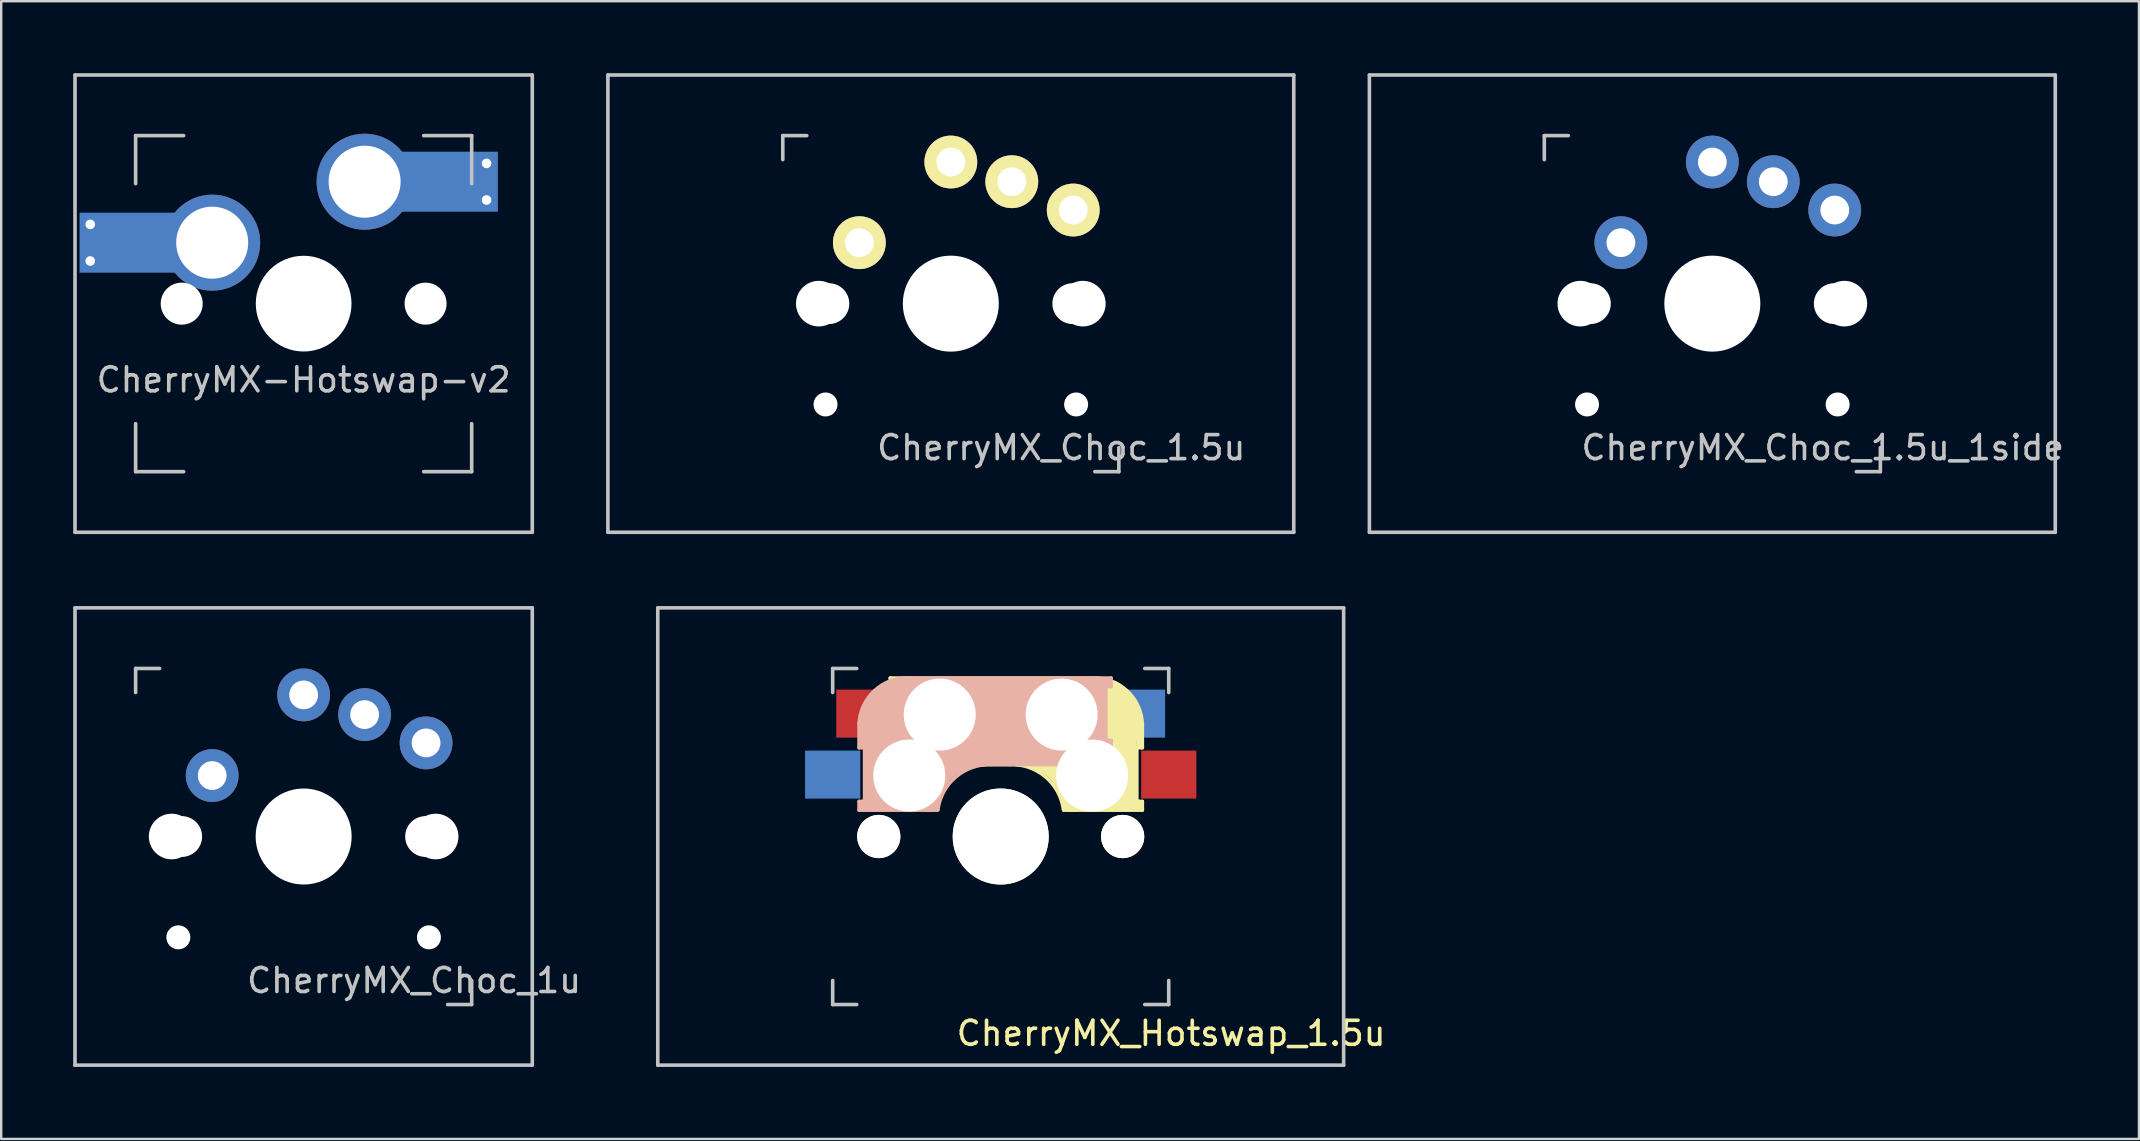
<source format=kicad_pcb>
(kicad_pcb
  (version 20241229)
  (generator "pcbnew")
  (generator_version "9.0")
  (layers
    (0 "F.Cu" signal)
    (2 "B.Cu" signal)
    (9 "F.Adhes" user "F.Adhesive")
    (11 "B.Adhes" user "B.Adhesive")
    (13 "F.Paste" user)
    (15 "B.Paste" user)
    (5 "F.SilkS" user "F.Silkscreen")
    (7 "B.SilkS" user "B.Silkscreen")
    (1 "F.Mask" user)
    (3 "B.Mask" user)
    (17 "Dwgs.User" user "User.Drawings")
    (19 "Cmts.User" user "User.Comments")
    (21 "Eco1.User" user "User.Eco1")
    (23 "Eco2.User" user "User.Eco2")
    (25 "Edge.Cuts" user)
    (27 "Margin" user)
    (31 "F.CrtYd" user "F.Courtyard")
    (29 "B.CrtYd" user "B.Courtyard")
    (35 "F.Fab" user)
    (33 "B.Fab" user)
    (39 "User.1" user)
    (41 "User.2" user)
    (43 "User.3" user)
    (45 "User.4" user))
  (footprint "CherryMX_Hotswap_1.5u"
    (layer "F.Cu")
    (at 38.64 31.8)
    (property "Reference" "CherryMX_Hotswap_1.5u" (at 7.1 8.2 0) (layer "F.SilkS") (effects (font (size 1 1) (thickness 0.15))))
    (attr through_hole)
    (fp_line (start -4.6 -6.6) (end 3.8 -6.6) (stroke (width 0.15) (type solid)) (layer "F.SilkS"))
    (fp_line (start -4.6 -6.25) (end -4.6 -6.6) (stroke (width 0.15) (type solid)) (layer "F.SilkS"))
    (fp_line (start -4.6 -4) (end -4.4 -4) (stroke (width 0.15) (type solid)) (layer "F.SilkS"))
    (fp_line (start -4.6 -3) (end -4.6 -4) (stroke (width 0.15) (type solid)) (layer "F.SilkS"))
    (fp_line (start -4.4 -6.4) (end -3 -6.4) (stroke (width 0.4) (type solid)) (layer "F.SilkS"))
    (fp_line (start -4.4 -6.25) (end -4.6 -6.25) (stroke (width 0.15) (type solid)) (layer "F.SilkS"))
    (fp_line (start -4.4 -3.9) (end -4.4 -3.2) (stroke (width 0.4) (type solid)) (layer "F.SilkS"))
    (fp_line (start -4.38 -4) (end -4.38 -6.25) (stroke (width 0.15) (type solid)) (layer "F.SilkS"))
    (fp_line (start -4.3 -3.3) (end -2.9 -3.3) (stroke (width 0.5) (type solid)) (layer "F.SilkS"))
    (fp_line (start -3.9 -6) (end -3.9 -3.5) (stroke (width 1) (type solid)) (layer "F.SilkS"))
    (fp_line (start -2.6 -4.8) (end 4.1 -4.8) (stroke (width 3.5) (type solid)) (layer "F.SilkS"))
    (fp_line (start 0.4 -3) (end -4.6 -3) (stroke (width 0.15) (type solid)) (layer "F.SilkS"))
    (fp_line (start 4.17 -5.1) (end 4.17 -2.86) (stroke (width 3) (type solid)) (layer "F.SilkS"))
    (fp_line (start 5.3 -1.6) (end 5.3 -3.4) (stroke (width 0.8) (type solid)) (layer "F.SilkS"))
    (fp_line (start 5.67 -3.7) (end 5.67 -1.46) (stroke (width 0.15) (type solid)) (layer "F.SilkS"))
    (fp_line (start 5.7 -1.46) (end 5.9 -1.46) (stroke (width 0.15) (type solid)) (layer "F.SilkS"))
    (fp_line (start 5.7 -1.3) (end 3 -1.3) (stroke (width 0.5) (type solid)) (layer "F.SilkS"))
    (fp_line (start 5.8 -3.8) (end 5.8 -4.7) (stroke (width 0.3) (type solid)) (layer "F.SilkS"))
    (fp_line (start 5.9 -4.7) (end 5.9 -3.7) (stroke (width 0.15) (type solid)) (layer "F.SilkS"))
    (fp_line (start 5.9 -3.7) (end 5.7 -3.7) (stroke (width 0.15) (type solid)) (layer "F.SilkS"))
    (fp_line (start 5.9 -1.1) (end 2.62 -1.1) (stroke (width 0.15) (type solid)) (layer "F.SilkS"))
    (fp_line (start 5.9 -1.1) (end 5.9 -1.46) (stroke (width 0.15) (type solid)) (layer "F.SilkS"))
    (fp_arc (start 0.4 -3) (mid 1.868709 -2.486118) (end 2.616318 -1.121471) (stroke (width 0.15) (type solid)) (layer "F.SilkS"))
    (fp_arc (start 0.8 -3.4) (mid 2.268709 -2.886118) (end 3.016318 -1.521471) (stroke (width 1) (type solid)) (layer "F.SilkS"))
    (fp_arc (start 3.8 -6.600001) (mid 5.243504 -6.084925) (end 5.900001 -4.7) (stroke (width 0.15) (type solid)) (layer "F.SilkS"))
    (fp_line (start -5.9 -4.7) (end -5.9 -3.7) (stroke (width 0.15) (type solid)) (layer "B.SilkS"))
    (fp_line (start -5.9 -3.7) (end -5.7 -3.7) (stroke (width 0.15) (type solid)) (layer "B.SilkS"))
    (fp_line (start -5.9 -1.1) (end -5.9 -1.46) (stroke (width 0.15) (type solid)) (layer "B.SilkS"))
    (fp_line (start -5.9 -1.1) (end -2.62 -1.1) (stroke (width 0.15) (type solid)) (layer "B.SilkS"))
    (fp_line (start -5.8 -3.8) (end -5.8 -4.7) (stroke (width 0.3) (type solid)) (layer "B.SilkS"))
    (fp_line (start -5.7 -1.46) (end -5.9 -1.46) (stroke (width 0.15) (type solid)) (layer "B.SilkS"))
    (fp_line (start -5.7 -1.3) (end -3 -1.3) (stroke (width 0.5) (type solid)) (layer "B.SilkS"))
    (fp_line (start -5.67 -3.7) (end -5.67 -1.46) (stroke (width 0.15) (type solid)) (layer "B.SilkS"))
    (fp_line (start -5.3 -1.6) (end -5.3 -3.4) (stroke (width 0.8) (type solid)) (layer "B.SilkS"))
    (fp_line (start -4.17 -5.1) (end -4.17 -2.86) (stroke (width 3) (type solid)) (layer "B.SilkS"))
    (fp_line (start -0.4 -3) (end 4.6 -3) (stroke (width 0.15) (type solid)) (layer "B.SilkS"))
    (fp_line (start 2.6 -4.8) (end -4.1 -4.8) (stroke (width 3.5) (type solid)) (layer "B.SilkS"))
    (fp_line (start 3.9 -6) (end 3.9 -3.5) (stroke (width 1) (type solid)) (layer "B.SilkS"))
    (fp_line (start 4.3 -3.3) (end 2.9 -3.3) (stroke (width 0.5) (type solid)) (layer "B.SilkS"))
    (fp_line (start 4.38 -4) (end 4.38 -6.25) (stroke (width 0.15) (type solid)) (layer "B.SilkS"))
    (fp_line (start 4.4 -6.4) (end 3 -6.4) (stroke (width 0.4) (type solid)) (layer "B.SilkS"))
    (fp_line (start 4.4 -6.25) (end 4.6 -6.25) (stroke (width 0.15) (type solid)) (layer "B.SilkS"))
    (fp_line (start 4.4 -3.9) (end 4.4 -3.2) (stroke (width 0.4) (type solid)) (layer "B.SilkS"))
    (fp_line (start 4.6 -6.6) (end -3.8 -6.6) (stroke (width 0.15) (type solid)) (layer "B.SilkS"))
    (fp_line (start 4.6 -6.25) (end 4.6 -6.6) (stroke (width 0.15) (type solid)) (layer "B.SilkS"))
    (fp_line (start 4.6 -4) (end 4.4 -4) (stroke (width 0.15) (type solid)) (layer "B.SilkS"))
    (fp_line (start 4.6 -3) (end 4.6 -4) (stroke (width 0.15) (type solid)) (layer "B.SilkS"))
    (fp_arc (start -5.9 -4.699999) (mid -5.243504 -6.084924) (end -3.800001 -6.6) (stroke (width 0.15) (type solid)) (layer "B.SilkS"))
    (fp_arc (start -3.016318 -1.521471) (mid -2.268709 -2.886118) (end -0.8 -3.4) (stroke (width 1) (type solid)) (layer "B.SilkS"))
    (fp_arc (start -2.616318 -1.121471) (mid -1.868709 -2.486118) (end -0.4 -3) (stroke (width 0.15) (type solid)) (layer "B.SilkS"))
    (fp_line (start -14.287 -9.525) (end 14.287 -9.525) (stroke (width 0.15) (type solid)) (layer "Dwgs.User"))
    (fp_line (start -14.287 9.525) (end -14.287 -9.525) (stroke (width 0.15) (type solid)) (layer "Dwgs.User"))
    (fp_line (start -7 -7) (end -6 -7) (stroke (width 0.15) (type solid)) (layer "Dwgs.User"))
    (fp_line (start -7 -6) (end -7 -7) (stroke (width 0.15) (type solid)) (layer "Dwgs.User"))
    (fp_line (start -7 6) (end -7 7) (stroke (width 0.15) (type solid)) (layer "Dwgs.User"))
    (fp_line (start -7 7) (end -6 7) (stroke (width 0.15) (type solid)) (layer "Dwgs.User"))
    (fp_line (start 6 7) (end 7 7) (stroke (width 0.15) (type solid)) (layer "Dwgs.User"))
    (fp_line (start 7 -7) (end 6 -7) (stroke (width 0.15) (type solid)) (layer "Dwgs.User"))
    (fp_line (start 7 -7) (end 7 -6) (stroke (width 0.15) (type solid)) (layer "Dwgs.User"))
    (fp_line (start 7 7) (end 7 6) (stroke (width 0.15) (type solid)) (layer "Dwgs.User"))
    (fp_line (start 14.287 -9.525) (end 14.287 9.525) (stroke (width 0.15) (type solid)) (layer "Dwgs.User"))
    (fp_line (start 14.287 9.525) (end -14.287 9.525) (stroke (width 0.15) (type solid)) (layer "Dwgs.User"))
    (pad "" np_thru_hole circle (at -5.08 0) (size 1.8 1.8) (drill 1.8) (layers "*.Cu" "*.Mask" "F.SilkS"))
    (pad "" np_thru_hole circle (at -3.81 -2.54 180) (size 3 3) (drill 3) (layers "*.Cu" "*.Mask"))
    (pad "" np_thru_hole circle (at -2.54 -5.08 180) (size 3 3) (drill 3) (layers "*.Cu" "*.Mask"))
    (pad "" np_thru_hole circle (at 0 0 90) (size 4 4) (drill 4) (layers "*.Cu" "*.Mask" "F.SilkS"))
    (pad "" np_thru_hole circle (at 2.54 -5.08 180) (size 3 3) (drill 3) (layers "*.Cu" "*.Mask"))
    (pad "" np_thru_hole circle (at 3.81 -2.54 180) (size 3 3) (drill 3) (layers "*.Cu" "*.Mask"))
    (pad "" np_thru_hole circle (at 5.08 0) (size 1.8 1.8) (drill 1.8) (layers "*.Cu" "*.Mask" "F.SilkS"))
    (pad "1" smd rect (at -7 -2.58 180) (size 2.3 2) (layers "B.Cu" "B.Mask" "B.Paste"))
    (pad "1" smd rect (at 7 -2.58 180) (size 2.3 2) (layers "F.Cu" "F.Mask" "F.Paste"))
    (pad "2" smd rect (at -5.7 -5.12 180) (size 2.3 2) (layers "F.Cu" "F.Mask" "F.Paste"))
    (pad "2" smd rect (at 5.7 -5.12 180) (size 2.3 2) (layers "B.Cu" "B.Mask" "B.Paste")))
  (footprint "CherryMX_Choc_1u"
    (layer "F.Cu")
    (at 9.6 31.8)
    (property "Reference" "CherryMX_Choc_1u" (at 4.6 6 0) (layer "Dwgs.User") (effects (font (size 1 1) (thickness 0.15))))
    (attr through_hole)
    (fp_line (start -9.525 -9.525) (end 9.525 -9.525) (stroke (width 0.15) (type solid)) (layer "Dwgs.User"))
    (fp_line (start -9.525 9.525) (end -9.525 -9.525) (stroke (width 0.15) (type solid)) (layer "Dwgs.User"))
    (fp_line (start -7 -7) (end -6 -7) (stroke (width 0.15) (type solid)) (layer "Dwgs.User"))
    (fp_line (start -7 -6) (end -7 -7) (stroke (width 0.15) (type solid)) (layer "Dwgs.User"))
    (fp_line (start 6 7) (end 7 7) (stroke (width 0.15) (type solid)) (layer "Dwgs.User"))
    (fp_line (start 7 7) (end 7 6) (stroke (width 0.15) (type solid)) (layer "Dwgs.User"))
    (fp_line (start 9.525 -9.525) (end 9.525 9.525) (stroke (width 0.15) (type solid)) (layer "Dwgs.User"))
    (fp_line (start 9.525 9.525) (end -9.525 9.525) (stroke (width 0.15) (type solid)) (layer "Dwgs.User"))
    (pad "" np_thru_hole circle (at -5.5 0 90) (size 1.9 1.9) (drill 1.9) (layers "*.Cu" "*.Mask"))
    (pad "" np_thru_hole circle (at -5.22 4.2) (size 1 1) (drill 1) (layers "*.Cu" "*.Mask"))
    (pad "" np_thru_hole circle (at -5.08 0) (size 1.7 1.7) (drill 1.7) (layers "*.Cu" "*.Mask"))
    (pad "" np_thru_hole circle (at 0 0 90) (size 4 4) (drill 4) (layers "*.Cu" "*.Mask"))
    (pad "" np_thru_hole circle (at 5.08 0) (size 1.7 1.7) (drill 1.7) (layers "*.Cu" "*.Mask"))
    (pad "" np_thru_hole circle (at 5.22 4.2) (size 1 1) (drill 1) (layers "*.Cu" "*.Mask"))
    (pad "" np_thru_hole circle (at 5.5 0 90) (size 1.9 1.9) (drill 1.9) (layers "*.Cu" "*.Mask"))
    (pad "1" thru_hole circle (at -3.81 -2.54 50) (size 2.2 2.2) (drill 1.2) (layers "*.Cu" "*.Mask"))
    (pad "1" thru_hole circle (at 5.1 -3.9 310) (size 2.2 2.2) (drill 1.2) (layers "*.Cu" "*.Mask"))
    (pad "2" thru_hole circle (at 0 -5.9 90) (size 2.2 2.2) (drill 1.2) (layers "*.Cu" "*.Mask"))
    (pad "2" thru_hole circle (at 2.54 -5.08) (size 2.2 2.2) (drill 1.2) (layers "*.Cu" "*.Mask")))
  (footprint "CherryMX_Choc_1.5u"
    (layer "F.Cu")
    (at 36.562 9.6)
    (property "Reference" "CherryMX_Choc_1.5u" (at 4.6 6 0) (layer "Dwgs.User") (effects (font (size 1 1) (thickness 0.15))))
    (attr through_hole)
    (fp_line (start -14.287 -9.525) (end 14.287 -9.525) (stroke (width 0.15) (type solid)) (layer "Dwgs.User"))
    (fp_line (start -14.287 9.525) (end -14.287 -9.525) (stroke (width 0.15) (type solid)) (layer "Dwgs.User"))
    (fp_line (start -7 -7) (end -6 -7) (stroke (width 0.15) (type solid)) (layer "Dwgs.User"))
    (fp_line (start -7 -6) (end -7 -7) (stroke (width 0.15) (type solid)) (layer "Dwgs.User"))
    (fp_line (start 6 7) (end 7 7) (stroke (width 0.15) (type solid)) (layer "Dwgs.User"))
    (fp_line (start 7 7) (end 7 6) (stroke (width 0.15) (type solid)) (layer "Dwgs.User"))
    (fp_line (start 14.287 -9.525) (end 14.287 9.525) (stroke (width 0.15) (type solid)) (layer "Dwgs.User"))
    (fp_line (start 14.287 9.525) (end -14.287 9.525) (stroke (width 0.15) (type solid)) (layer "Dwgs.User"))
    (pad "" np_thru_hole circle (at -5.5 0 90) (size 1.9 1.9) (drill 1.9) (layers "*.Cu" "*.Mask"))
    (pad "" np_thru_hole circle (at -5.22 4.2) (size 1 1) (drill 1) (layers "*.Cu" "*.Mask"))
    (pad "" np_thru_hole circle (at -5.08 0) (size 1.7 1.7) (drill 1.7) (layers "*.Cu" "*.Mask"))
    (pad "" np_thru_hole circle (at 0 0 90) (size 4 4) (drill 4) (layers "*.Cu" "*.Mask"))
    (pad "" np_thru_hole circle (at 5.08 0) (size 1.7 1.7) (drill 1.7) (layers "*.Cu" "*.Mask"))
    (pad "" np_thru_hole circle (at 5.22 4.2) (size 1 1) (drill 1) (layers "*.Cu" "*.Mask"))
    (pad "" np_thru_hole circle (at 5.5 0 90) (size 1.9 1.9) (drill 1.9) (layers "*.Cu" "*.Mask"))
    (pad "1" thru_hole circle (at -3.81 -2.54 50) (size 2.2 2.2) (drill 1.2) (layers "*.Cu" "B.Mask" "F.SilkS"))
    (pad "1" thru_hole circle (at 5.1 -3.9 310) (size 2.2 2.2) (drill 1.2) (layers "*.Cu" "B.Mask" "F.SilkS"))
    (pad "2" thru_hole circle (at 0 -5.9 90) (size 2.2 2.2) (drill 1.2) (layers "*.Cu" "B.Mask" "F.SilkS"))
    (pad "2" thru_hole circle (at 2.54 -5.08) (size 2.2 2.2) (drill 1.2) (layers "*.Cu" "B.Mask" "F.SilkS")))
  (footprint "CherryMX-Hotswap-v2"
    (layer "F.Cu")
    (at 9.6 9.6)
    (property "Reference" "CherryMX-Hotswap-v2" (at 0 3.175 0) (layer "Dwgs.User") (effects (font (size 1 1) (thickness 0.15))))
    (attr through_hole)
    (fp_line (start -9.525 -9.525) (end 9.525 -9.525) (stroke (width 0.15) (type solid)) (layer "Dwgs.User"))
    (fp_line (start -9.525 9.525) (end -9.525 -9.525) (stroke (width 0.15) (type solid)) (layer "Dwgs.User"))
    (fp_line (start -7 -7) (end -7 -5) (stroke (width 0.15) (type solid)) (layer "Dwgs.User"))
    (fp_line (start -7 5) (end -7 7) (stroke (width 0.15) (type solid)) (layer "Dwgs.User"))
    (fp_line (start -7 7) (end -5 7) (stroke (width 0.15) (type solid)) (layer "Dwgs.User"))
    (fp_line (start -5 -7) (end -7 -7) (stroke (width 0.15) (type solid)) (layer "Dwgs.User"))
    (fp_line (start 5 -7) (end 7 -7) (stroke (width 0.15) (type solid)) (layer "Dwgs.User"))
    (fp_line (start 5 7) (end 7 7) (stroke (width 0.15) (type solid)) (layer "Dwgs.User"))
    (fp_line (start 7 -7) (end 7 -5) (stroke (width 0.15) (type solid)) (layer "Dwgs.User"))
    (fp_line (start 7 7) (end 7 5) (stroke (width 0.15) (type solid)) (layer "Dwgs.User"))
    (fp_line (start 9.525 -9.525) (end 9.525 9.525) (stroke (width 0.15) (type solid)) (layer "Dwgs.User"))
    (fp_line (start 9.525 9.525) (end -9.525 9.525) (stroke (width 0.15) (type solid)) (layer "Dwgs.User"))
    (pad "" smd rect (at -7.085 -2.54) (size 2.55 2.5) (layers "B.Mask" "B.Paste"))
    (pad "" np_thru_hole circle (at -5.08 0 48.1) (size 1.75 1.75) (drill 1.75) (layers "*.Cu" "*.Mask"))
    (pad "" np_thru_hole circle (at 0 0) (size 3.988 3.988) (drill 3.988) (layers "*.Cu" "*.Mask"))
    (pad "" np_thru_hole circle (at 5.08 0 48.1) (size 1.75 1.75) (drill 1.75) (layers "*.Cu" "*.Mask"))
    (pad "" smd rect (at 5.815 -5.08) (size 2.55 2.5) (layers "B.Mask" "B.Paste"))
    (pad "1" thru_hole circle (at -8.89 -3.302) (size 0.8 0.8) (drill 0.4) (layers "*.Cu"))
    (pad "1" thru_hole circle (at -8.89 -1.778) (size 0.8 0.8) (drill 0.4) (layers "*.Cu"))
    (pad "1" smd rect (at -7.085 -2.54) (size 4.5 2.5) (layers "B.Cu"))
    (pad "1" thru_hole circle (at -3.81 -2.54) (size 4 4) (drill 3) (layers "*.Cu"))
    (pad "2" thru_hole circle (at 2.54 -5.08) (size 4 4) (drill 3) (layers "*.Cu"))
    (pad "2" smd rect (at 5.842 -5.08) (size 4.5 2.5) (layers "B.Cu"))
    (pad "2" thru_hole circle (at 7.62 -5.842) (size 0.8 0.8) (drill 0.4) (layers "*.Cu"))
    (pad "2" thru_hole circle (at 7.62 -4.318) (size 0.8 0.8) (drill 0.4) (layers "*.Cu")))
  (footprint "CherryMX_Choc_1.5u_1side"
    (layer "F.Cu")
    (at 68.287 9.6)
    (property "Reference" "CherryMX_Choc_1.5u_1side" (at 4.6 6 0) (layer "Dwgs.User") (effects (font (size 1 1) (thickness 0.15))))
    (attr through_hole)
    (fp_line (start -14.287 -9.525) (end 14.287 -9.525) (stroke (width 0.15) (type solid)) (layer "Dwgs.User"))
    (fp_line (start -14.287 9.525) (end -14.287 -9.525) (stroke (width 0.15) (type solid)) (layer "Dwgs.User"))
    (fp_line (start -7 -7) (end -6 -7) (stroke (width 0.15) (type solid)) (layer "Dwgs.User"))
    (fp_line (start -7 -6) (end -7 -7) (stroke (width 0.15) (type solid)) (layer "Dwgs.User"))
    (fp_line (start 6 7) (end 7 7) (stroke (width 0.15) (type solid)) (layer "Dwgs.User"))
    (fp_line (start 7 7) (end 7 6) (stroke (width 0.15) (type solid)) (layer "Dwgs.User"))
    (fp_line (start 14.287 -9.525) (end 14.287 9.525) (stroke (width 0.15) (type solid)) (layer "Dwgs.User"))
    (fp_line (start 14.287 9.525) (end -14.287 9.525) (stroke (width 0.15) (type solid)) (layer "Dwgs.User"))
    (pad "" np_thru_hole circle (at -5.5 0 90) (size 1.9 1.9) (drill 1.9) (layers "*.Cu" "*.Mask"))
    (pad "" np_thru_hole circle (at -5.22 4.2) (size 1 1) (drill 1) (layers "*.Cu" "*.Mask"))
    (pad "" np_thru_hole circle (at -5.08 0) (size 1.7 1.7) (drill 1.7) (layers "*.Cu" "*.Mask"))
    (pad "" np_thru_hole circle (at 0 0 90) (size 4 4) (drill 4) (layers "*.Cu" "*.Mask"))
    (pad "" np_thru_hole circle (at 5.08 0) (size 1.7 1.7) (drill 1.7) (layers "*.Cu" "*.Mask"))
    (pad "" np_thru_hole circle (at 5.22 4.2) (size 1 1) (drill 1) (layers "*.Cu" "*.Mask"))
    (pad "" np_thru_hole circle (at 5.5 0 90) (size 1.9 1.9) (drill 1.9) (layers "*.Cu" "*.Mask"))
    (pad "1" thru_hole circle (at -3.81 -2.54 50) (size 2.2 2.2) (drill 1.2) (layers "*.Cu" "*.Mask"))
    (pad "1" thru_hole circle (at 5.1 -3.9 310) (size 2.2 2.2) (drill 1.2) (layers "*.Cu" "*.Mask"))
    (pad "2" thru_hole circle (at 0 -5.9 90) (size 2.2 2.2) (drill 1.2) (layers "*.Cu" "*.Mask"))
    (pad "2" thru_hole circle (at 2.54 -5.08) (size 2.2 2.2) (drill 1.2) (layers "*.Cu" "*.Mask")))
  (gr_rect
    (start -3 -3)
    (end 86.06 44.4)
    (stroke (width 0.1) (type default))
    (fill no)
    (layer "Edge.Cuts")))
</source>
